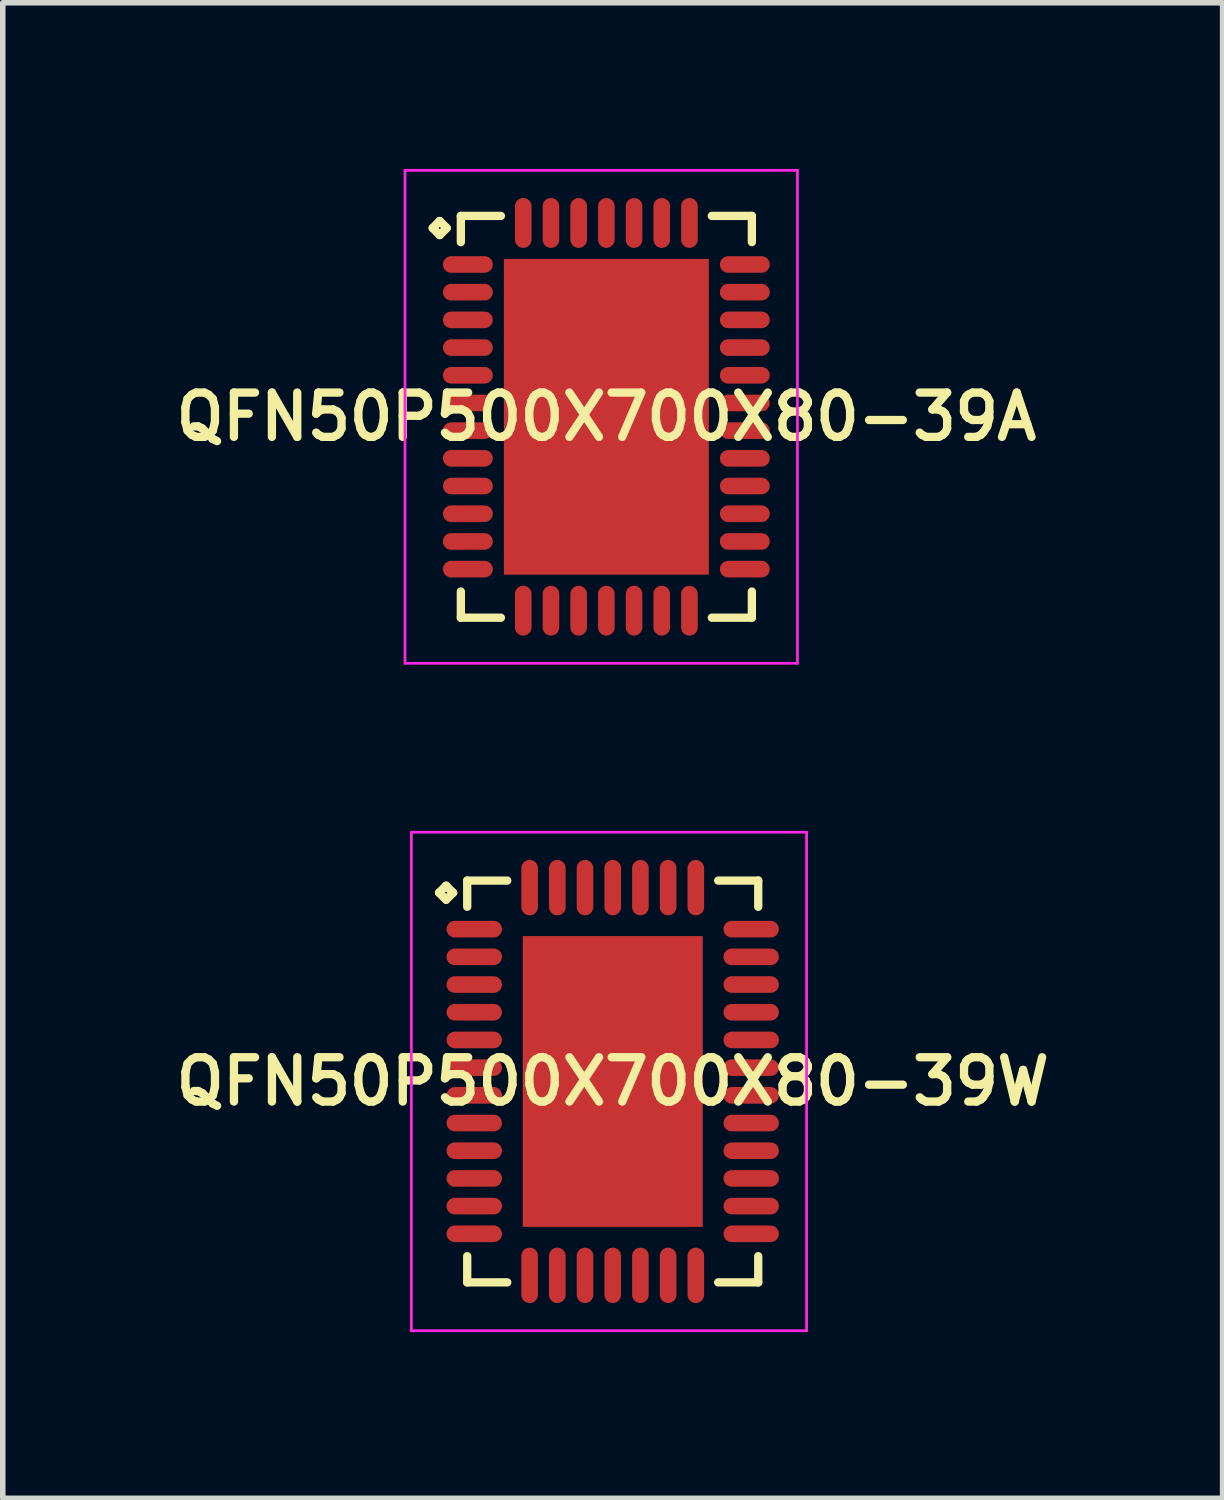
<source format=kicad_pcb>
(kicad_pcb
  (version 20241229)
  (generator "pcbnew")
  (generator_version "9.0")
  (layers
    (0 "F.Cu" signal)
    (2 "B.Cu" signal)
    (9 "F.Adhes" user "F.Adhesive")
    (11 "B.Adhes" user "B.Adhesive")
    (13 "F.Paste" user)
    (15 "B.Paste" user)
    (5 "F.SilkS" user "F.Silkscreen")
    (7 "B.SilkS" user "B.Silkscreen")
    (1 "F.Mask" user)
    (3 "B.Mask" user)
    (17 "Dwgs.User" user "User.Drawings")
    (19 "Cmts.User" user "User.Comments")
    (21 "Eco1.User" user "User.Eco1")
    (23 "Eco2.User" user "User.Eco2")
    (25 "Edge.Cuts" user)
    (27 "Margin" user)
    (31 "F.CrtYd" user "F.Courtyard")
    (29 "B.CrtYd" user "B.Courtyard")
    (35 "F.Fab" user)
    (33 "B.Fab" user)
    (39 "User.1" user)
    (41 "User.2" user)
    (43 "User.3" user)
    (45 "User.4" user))
  (footprint "QFN50P500X700X80-39W"
    (layer "F.Cu")
    (at 8.012 16.475)
    (property "Reference" "QFN50P500X700X80-39W" (at 0 0 0) (layer "F.SilkS") (effects (font (size 0.8 0.8) (thickness 0.15))))
    (attr smd)
    (fp_line (start -3.135 -3.408) (end -3.008 -3.535) (stroke (width 0.15) (type solid)) (layer "F.SilkS"))
    (fp_line (start -3.008 -3.535) (end -2.881 -3.408) (stroke (width 0.15) (type solid)) (layer "F.SilkS"))
    (fp_line (start -3.008 -3.281) (end -3.135 -3.408) (stroke (width 0.15) (type solid)) (layer "F.SilkS"))
    (fp_line (start -2.881 -3.408) (end -3.008 -3.281) (stroke (width 0.15) (type solid)) (layer "F.SilkS"))
    (fp_line (start -2.627 -3.627) (end -1.904 -3.627) (stroke (width 0.15) (type solid)) (layer "F.SilkS"))
    (fp_line (start -2.627 -3.154) (end -2.627 -3.627) (stroke (width 0.15) (type solid)) (layer "F.SilkS"))
    (fp_line (start -2.627 3.154) (end -2.627 3.627) (stroke (width 0.15) (type solid)) (layer "F.SilkS"))
    (fp_line (start -2.627 3.627) (end -1.904 3.627) (stroke (width 0.15) (type solid)) (layer "F.SilkS"))
    (fp_line (start 1.904 -3.627) (end 2.627 -3.627) (stroke (width 0.15) (type solid)) (layer "F.SilkS"))
    (fp_line (start 1.904 3.627) (end 2.627 3.627) (stroke (width 0.15) (type solid)) (layer "F.SilkS"))
    (fp_line (start 2.627 -3.627) (end 2.627 -3.154) (stroke (width 0.15) (type solid)) (layer "F.SilkS"))
    (fp_line (start 2.627 3.627) (end 2.627 3.154) (stroke (width 0.15) (type solid)) (layer "F.SilkS"))
    (fp_line (start -3.635 -4.5) (end 3.5 -4.5) (stroke (width 0.05) (type solid)) (layer "F.CrtYd"))
    (fp_line (start -3.635 4.5) (end -3.635 -4.5) (stroke (width 0.05) (type solid)) (layer "F.CrtYd"))
    (fp_line (start 3.5 -4.5) (end 3.5 4.5) (stroke (width 0.05) (type solid)) (layer "F.CrtYd"))
    (fp_line (start 3.5 4.5) (end -3.635 4.5) (stroke (width 0.05) (type solid)) (layer "F.CrtYd"))
    (pad "1" smd oval (at -2.5 -2.75) (size 1 0.3) (layers "F.Cu" "F.Mask" "F.Paste"))
    (pad "2" smd oval (at -2.5 -2.25) (size 1 0.3) (layers "F.Cu" "F.Mask" "F.Paste"))
    (pad "3" smd oval (at -2.5 -1.75) (size 1 0.3) (layers "F.Cu" "F.Mask" "F.Paste"))
    (pad "4" smd oval (at -2.5 -1.25) (size 1 0.3) (layers "F.Cu" "F.Mask" "F.Paste"))
    (pad "5" smd oval (at -2.5 -0.75) (size 1 0.3) (layers "F.Cu" "F.Mask" "F.Paste"))
    (pad "6" smd oval (at -2.5 -0.25) (size 1 0.3) (layers "F.Cu" "F.Mask" "F.Paste"))
    (pad "7" smd oval (at -2.5 0.25) (size 1 0.3) (layers "F.Cu" "F.Mask" "F.Paste"))
    (pad "8" smd oval (at -2.5 0.75) (size 1 0.3) (layers "F.Cu" "F.Mask" "F.Paste"))
    (pad "9" smd oval (at -2.5 1.25) (size 1 0.3) (layers "F.Cu" "F.Mask" "F.Paste"))
    (pad "10" smd oval (at -2.5 1.75) (size 1 0.3) (layers "F.Cu" "F.Mask" "F.Paste"))
    (pad "11" smd oval (at -2.5 2.25) (size 1 0.3) (layers "F.Cu" "F.Mask" "F.Paste"))
    (pad "12" smd oval (at -2.5 2.75) (size 1 0.3) (layers "F.Cu" "F.Mask" "F.Paste"))
    (pad "13" smd oval (at -1.5 3.5) (size 0.3 1) (layers "F.Cu" "F.Mask" "F.Paste"))
    (pad "14" smd oval (at -1 3.5) (size 0.3 1) (layers "F.Cu" "F.Mask" "F.Paste"))
    (pad "15" smd oval (at -0.5 3.5) (size 0.3 1) (layers "F.Cu" "F.Mask" "F.Paste"))
    (pad "16" smd oval (at 0 3.5) (size 0.3 1) (layers "F.Cu" "F.Mask" "F.Paste"))
    (pad "17" smd oval (at 0.5 3.5) (size 0.3 1) (layers "F.Cu" "F.Mask" "F.Paste"))
    (pad "18" smd oval (at 1 3.5) (size 0.3 1) (layers "F.Cu" "F.Mask" "F.Paste"))
    (pad "19" smd oval (at 1.5 3.5) (size 0.3 1) (layers "F.Cu" "F.Mask" "F.Paste"))
    (pad "20" smd oval (at 2.5 2.75) (size 1 0.3) (layers "F.Cu" "F.Mask" "F.Paste"))
    (pad "21" smd oval (at 2.5 2.25) (size 1 0.3) (layers "F.Cu" "F.Mask" "F.Paste"))
    (pad "22" smd oval (at 2.5 1.75) (size 1 0.3) (layers "F.Cu" "F.Mask" "F.Paste"))
    (pad "23" smd oval (at 2.5 1.25) (size 1 0.3) (layers "F.Cu" "F.Mask" "F.Paste"))
    (pad "24" smd oval (at 2.5 0.75) (size 1 0.3) (layers "F.Cu" "F.Mask" "F.Paste"))
    (pad "25" smd oval (at 2.5 0.25) (size 1 0.3) (layers "F.Cu" "F.Mask" "F.Paste"))
    (pad "26" smd oval (at 2.5 -0.25) (size 1 0.3) (layers "F.Cu" "F.Mask" "F.Paste"))
    (pad "27" smd oval (at 2.5 -0.75) (size 1 0.3) (layers "F.Cu" "F.Mask" "F.Paste"))
    (pad "28" smd oval (at 2.5 -1.25) (size 1 0.3) (layers "F.Cu" "F.Mask" "F.Paste"))
    (pad "29" smd oval (at 2.5 -1.75) (size 1 0.3) (layers "F.Cu" "F.Mask" "F.Paste"))
    (pad "30" smd oval (at 2.5 -2.25) (size 1 0.3) (layers "F.Cu" "F.Mask" "F.Paste"))
    (pad "31" smd oval (at 2.5 -2.75) (size 1 0.3) (layers "F.Cu" "F.Mask" "F.Paste"))
    (pad "32" smd oval (at 1.5 -3.5) (size 0.3 1) (layers "F.Cu" "F.Mask" "F.Paste"))
    (pad "33" smd oval (at 1 -3.5) (size 0.3 1) (layers "F.Cu" "F.Mask" "F.Paste"))
    (pad "34" smd oval (at 0.5 -3.5) (size 0.3 1) (layers "F.Cu" "F.Mask" "F.Paste"))
    (pad "35" smd oval (at 0 -3.5) (size 0.3 1) (layers "F.Cu" "F.Mask" "F.Paste"))
    (pad "36" smd oval (at -0.5 -3.5) (size 0.3 1) (layers "F.Cu" "F.Mask" "F.Paste"))
    (pad "37" smd oval (at -1 -3.5) (size 0.3 1) (layers "F.Cu" "F.Mask" "F.Paste"))
    (pad "38" smd oval (at -1.5 -3.5) (size 0.3 1) (layers "F.Cu" "F.Mask" "F.Paste"))
    (pad "39" smd rect (at 0 0) (size 3.25 5.25) (layers "F.Cu" "F.Mask" "F.Paste")))
  (footprint "QFN50P500X700X80-39A"
    (layer "F.Cu")
    (at 7.897 4.475)
    (property "Reference" "QFN50P500X700X80-39A" (at 0 0 0) (layer "F.SilkS") (effects (font (size 0.8 0.8) (thickness 0.15))))
    (attr smd)
    (fp_line (start -3.135 -3.408) (end -3.008 -3.535) (stroke (width 0.15) (type solid)) (layer "F.SilkS"))
    (fp_line (start -3.008 -3.535) (end -2.881 -3.408) (stroke (width 0.15) (type solid)) (layer "F.SilkS"))
    (fp_line (start -3.008 -3.281) (end -3.135 -3.408) (stroke (width 0.15) (type solid)) (layer "F.SilkS"))
    (fp_line (start -2.881 -3.408) (end -3.008 -3.281) (stroke (width 0.15) (type solid)) (layer "F.SilkS"))
    (fp_line (start -2.627 -3.627) (end -1.904 -3.627) (stroke (width 0.15) (type solid)) (layer "F.SilkS"))
    (fp_line (start -2.627 -3.154) (end -2.627 -3.627) (stroke (width 0.15) (type solid)) (layer "F.SilkS"))
    (fp_line (start -2.627 3.154) (end -2.627 3.627) (stroke (width 0.15) (type solid)) (layer "F.SilkS"))
    (fp_line (start -2.627 3.627) (end -1.904 3.627) (stroke (width 0.15) (type solid)) (layer "F.SilkS"))
    (fp_line (start 1.904 -3.627) (end 2.627 -3.627) (stroke (width 0.15) (type solid)) (layer "F.SilkS"))
    (fp_line (start 1.904 3.627) (end 2.627 3.627) (stroke (width 0.15) (type solid)) (layer "F.SilkS"))
    (fp_line (start 2.627 -3.627) (end 2.627 -3.154) (stroke (width 0.15) (type solid)) (layer "F.SilkS"))
    (fp_line (start 2.627 3.627) (end 2.627 3.154) (stroke (width 0.15) (type solid)) (layer "F.SilkS"))
    (fp_line (start -3.635 -4.45) (end 3.45 -4.45) (stroke (width 0.05) (type solid)) (layer "F.CrtYd"))
    (fp_line (start -3.635 4.45) (end -3.635 -4.45) (stroke (width 0.05) (type solid)) (layer "F.CrtYd"))
    (fp_line (start 3.45 -4.45) (end 3.45 4.45) (stroke (width 0.05) (type solid)) (layer "F.CrtYd"))
    (fp_line (start 3.45 4.45) (end -3.635 4.45) (stroke (width 0.05) (type solid)) (layer "F.CrtYd"))
    (pad "1" smd oval (at -2.5 -2.75) (size 0.9 0.3) (layers "F.Cu" "F.Mask" "F.Paste"))
    (pad "2" smd oval (at -2.5 -2.25) (size 0.9 0.3) (layers "F.Cu" "F.Mask" "F.Paste"))
    (pad "3" smd oval (at -2.5 -1.75) (size 0.9 0.3) (layers "F.Cu" "F.Mask" "F.Paste"))
    (pad "4" smd oval (at -2.5 -1.25) (size 0.9 0.3) (layers "F.Cu" "F.Mask" "F.Paste"))
    (pad "5" smd oval (at -2.5 -0.75) (size 0.9 0.3) (layers "F.Cu" "F.Mask" "F.Paste"))
    (pad "6" smd oval (at -2.5 -0.25) (size 0.9 0.3) (layers "F.Cu" "F.Mask" "F.Paste"))
    (pad "7" smd oval (at -2.5 0.25) (size 0.9 0.3) (layers "F.Cu" "F.Mask" "F.Paste"))
    (pad "8" smd oval (at -2.5 0.75) (size 0.9 0.3) (layers "F.Cu" "F.Mask" "F.Paste"))
    (pad "9" smd oval (at -2.5 1.25) (size 0.9 0.3) (layers "F.Cu" "F.Mask" "F.Paste"))
    (pad "10" smd oval (at -2.5 1.75) (size 0.9 0.3) (layers "F.Cu" "F.Mask" "F.Paste"))
    (pad "11" smd oval (at -2.5 2.25) (size 0.9 0.3) (layers "F.Cu" "F.Mask" "F.Paste"))
    (pad "12" smd oval (at -2.5 2.75) (size 0.9 0.3) (layers "F.Cu" "F.Mask" "F.Paste"))
    (pad "13" smd oval (at -1.5 3.5) (size 0.3 0.9) (layers "F.Cu" "F.Mask" "F.Paste"))
    (pad "14" smd oval (at -1 3.5) (size 0.3 0.9) (layers "F.Cu" "F.Mask" "F.Paste"))
    (pad "15" smd oval (at -0.5 3.5) (size 0.3 0.9) (layers "F.Cu" "F.Mask" "F.Paste"))
    (pad "16" smd oval (at 0 3.5) (size 0.3 0.9) (layers "F.Cu" "F.Mask" "F.Paste"))
    (pad "17" smd oval (at 0.5 3.5) (size 0.3 0.9) (layers "F.Cu" "F.Mask" "F.Paste"))
    (pad "18" smd oval (at 1 3.5) (size 0.3 0.9) (layers "F.Cu" "F.Mask" "F.Paste"))
    (pad "19" smd oval (at 1.5 3.5) (size 0.3 0.9) (layers "F.Cu" "F.Mask" "F.Paste"))
    (pad "20" smd oval (at 2.5 2.75) (size 0.9 0.3) (layers "F.Cu" "F.Mask" "F.Paste"))
    (pad "21" smd oval (at 2.5 2.25) (size 0.9 0.3) (layers "F.Cu" "F.Mask" "F.Paste"))
    (pad "22" smd oval (at 2.5 1.75) (size 0.9 0.3) (layers "F.Cu" "F.Mask" "F.Paste"))
    (pad "23" smd oval (at 2.5 1.25) (size 0.9 0.3) (layers "F.Cu" "F.Mask" "F.Paste"))
    (pad "24" smd oval (at 2.5 0.75) (size 0.9 0.3) (layers "F.Cu" "F.Mask" "F.Paste"))
    (pad "25" smd oval (at 2.5 0.25) (size 0.9 0.3) (layers "F.Cu" "F.Mask" "F.Paste"))
    (pad "26" smd oval (at 2.5 -0.25) (size 0.9 0.3) (layers "F.Cu" "F.Mask" "F.Paste"))
    (pad "27" smd oval (at 2.5 -0.75) (size 0.9 0.3) (layers "F.Cu" "F.Mask" "F.Paste"))
    (pad "28" smd oval (at 2.5 -1.25) (size 0.9 0.3) (layers "F.Cu" "F.Mask" "F.Paste"))
    (pad "29" smd oval (at 2.5 -1.75) (size 0.9 0.3) (layers "F.Cu" "F.Mask" "F.Paste"))
    (pad "30" smd oval (at 2.5 -2.25) (size 0.9 0.3) (layers "F.Cu" "F.Mask" "F.Paste"))
    (pad "31" smd oval (at 2.5 -2.75) (size 0.9 0.3) (layers "F.Cu" "F.Mask" "F.Paste"))
    (pad "32" smd oval (at 1.5 -3.5) (size 0.3 0.9) (layers "F.Cu" "F.Mask" "F.Paste"))
    (pad "33" smd oval (at 1 -3.5) (size 0.3 0.9) (layers "F.Cu" "F.Mask" "F.Paste"))
    (pad "34" smd oval (at 0.5 -3.5) (size 0.3 0.9) (layers "F.Cu" "F.Mask" "F.Paste"))
    (pad "35" smd oval (at 0 -3.5) (size 0.3 0.9) (layers "F.Cu" "F.Mask" "F.Paste"))
    (pad "36" smd oval (at -0.5 -3.5) (size 0.3 0.9) (layers "F.Cu" "F.Mask" "F.Paste"))
    (pad "37" smd oval (at -1 -3.5) (size 0.3 0.9) (layers "F.Cu" "F.Mask" "F.Paste"))
    (pad "38" smd oval (at -1.5 -3.5) (size 0.3 0.9) (layers "F.Cu" "F.Mask" "F.Paste"))
    (pad "39" smd rect (at 0 0) (size 3.7 5.7) (layers "F.Cu" "F.Mask" "F.Paste")))
  (gr_rect
    (start -3 -3)
    (end 19.023 24)
    (stroke (width 0.1) (type default))
    (fill no)
    (layer "Edge.Cuts")))
</source>
